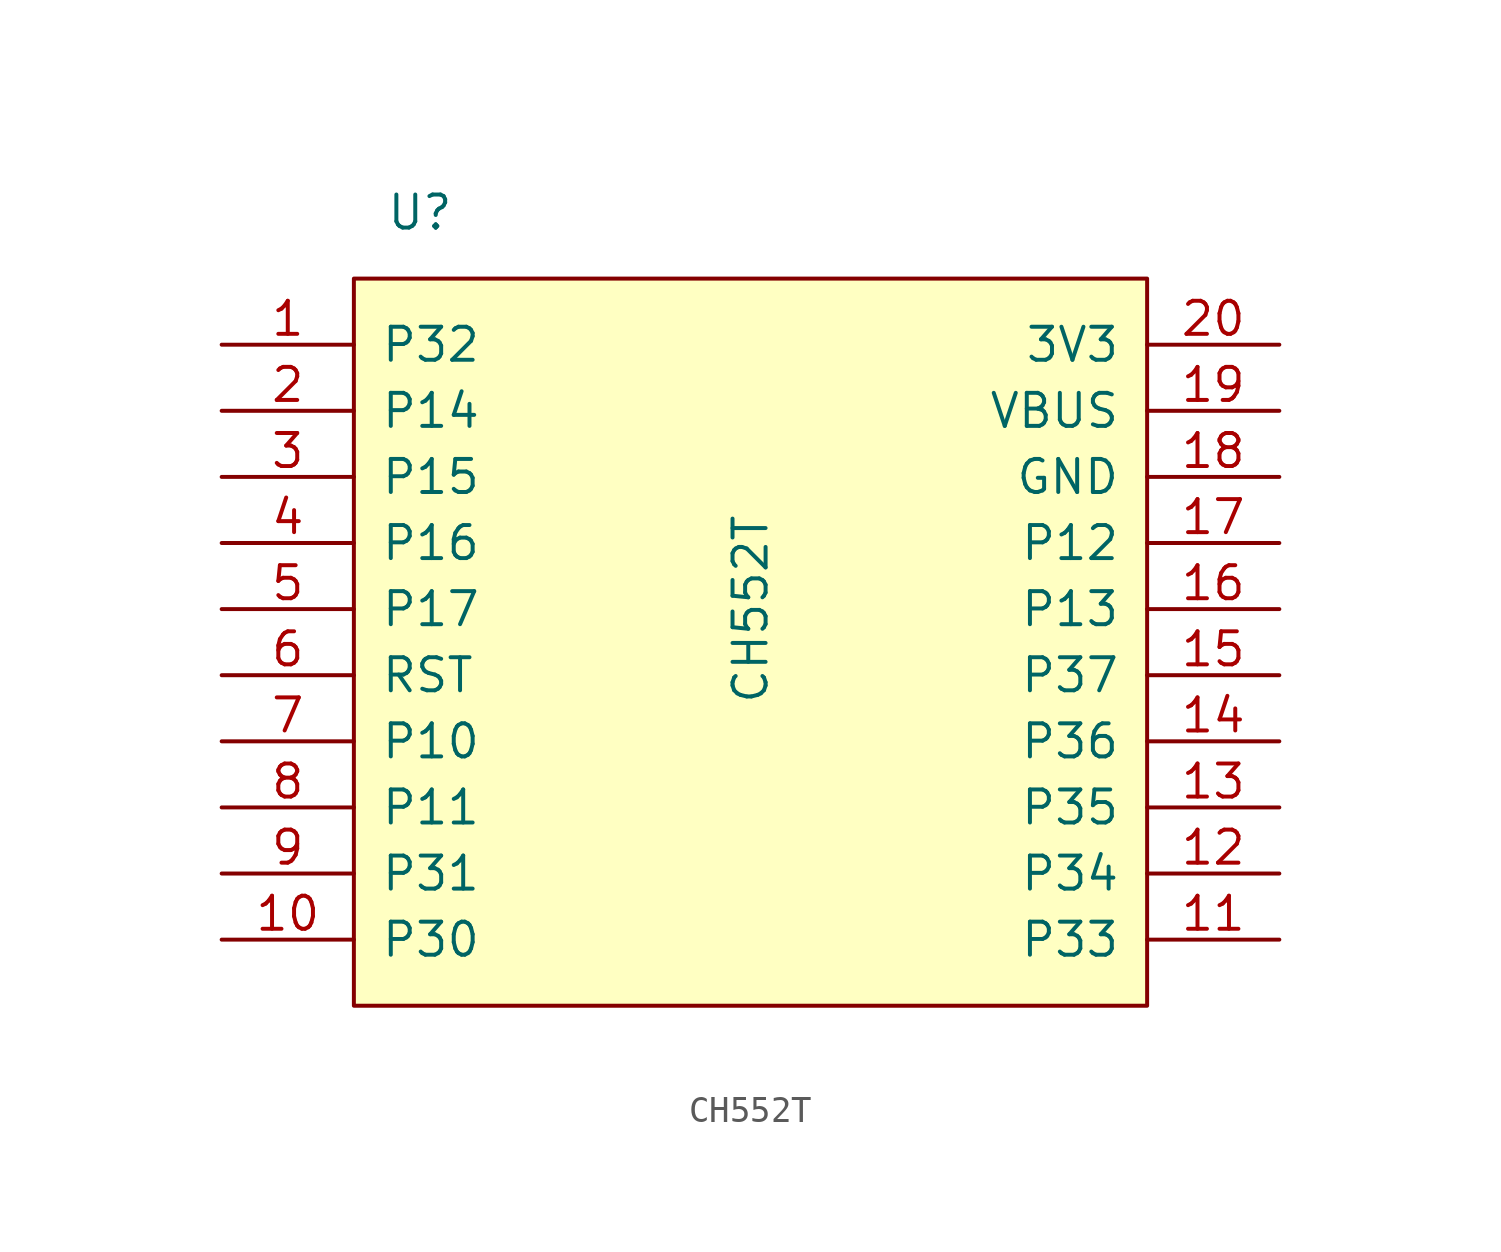
<source format=kicad_sym>
(kicad_symbol_lib
  (version 20241209)
  (generator "kicad_symbol_editor")
  (generator_version "9.0")
  (symbol "CH552T"
    (pin_names
      (offset 1.016))
    (property "Reference" "U"
      (at -12.7 27.94 0)
      (effects (font (size 1.27 1.27))))
    (property "Value" "CH552T"
      (at 0 12.7 90)
      (effects (font (size 1.27 1.27))))
    (symbol "CH552T_0_1"
      (rectangle (start -15.24 25.4) (end 15.24 -2.54) (stroke (width 0) (type solid)) (fill (type background))))
    (symbol "CH552T_1_1"
      (pin bidirectional line (at -20.32 22.86 0) (length 5.08) (name "P32" (effects (font (size 1.27 1.27)))) (number "1" (effects (font (size 1.27 1.27)))))
      (pin bidirectional line (at -20.32 20.32 0) (length 5.08) (name "P14" (effects (font (size 1.27 1.27)))) (number "2" (effects (font (size 1.27 1.27)))))
      (pin bidirectional line (at -20.32 17.78 0) (length 5.08) (name "P15" (effects (font (size 1.27 1.27)))) (number "3" (effects (font (size 1.27 1.27)))))
      (pin bidirectional line (at -20.32 15.24 0) (length 5.08) (name "P16" (effects (font (size 1.27 1.27)))) (number "4" (effects (font (size 1.27 1.27)))))
      (pin bidirectional line (at -20.32 12.7 0) (length 5.08) (name "P17" (effects (font (size 1.27 1.27)))) (number "5" (effects (font (size 1.27 1.27)))))
      (pin bidirectional line (at -20.32 10.16 0) (length 5.08) (name "RST" (effects (font (size 1.27 1.27)))) (number "6" (effects (font (size 1.27 1.27)))))
      (pin bidirectional line (at -20.32 7.62 0) (length 5.08) (name "P10" (effects (font (size 1.27 1.27)))) (number "7" (effects (font (size 1.27 1.27)))))
      (pin bidirectional line (at -20.32 5.08 0) (length 5.08) (name "P11" (effects (font (size 1.27 1.27)))) (number "8" (effects (font (size 1.27 1.27)))))
      (pin bidirectional line (at -20.32 2.54 0) (length 5.08) (name "P31" (effects (font (size 1.27 1.27)))) (number "9" (effects (font (size 1.27 1.27)))))
      (pin bidirectional line (at -20.32 0 0) (length 5.08) (name "P30" (effects (font (size 1.27 1.27)))) (number "10" (effects (font (size 1.27 1.27)))))
      (pin power_out line (at 20.32 22.86 180) (length 5.08) (name "3V3" (effects (font (size 1.27 1.27)))) (number "20" (effects (font (size 1.27 1.27)))))
      (pin power_out line (at 20.32 20.32 180) (length 5.08) (name "VBUS" (effects (font (size 1.27 1.27)))) (number "19" (effects (font (size 1.27 1.27)))))
      (pin power_out line (at 20.32 17.78 180) (length 5.08) (name "GND" (effects (font (size 1.27 1.27)))) (number "18" (effects (font (size 1.27 1.27)))))
      (pin bidirectional line (at 20.32 15.24 180) (length 5.08) (name "P12" (effects (font (size 1.27 1.27)))) (number "17" (effects (font (size 1.27 1.27)))))
      (pin bidirectional line (at 20.32 12.7 180) (length 5.08) (name "P13" (effects (font (size 1.27 1.27)))) (number "16" (effects (font (size 1.27 1.27)))))
      (pin bidirectional line (at 20.32 10.16 180) (length 5.08) (name "P37" (effects (font (size 1.27 1.27)))) (number "15" (effects (font (size 1.27 1.27)))))
      (pin bidirectional line (at 20.32 7.62 180) (length 5.08) (name "P36" (effects (font (size 1.27 1.27)))) (number "14" (effects (font (size 1.27 1.27)))))
      (pin bidirectional line (at 20.32 5.08 180) (length 5.08) (name "P35" (effects (font (size 1.27 1.27)))) (number "13" (effects (font (size 1.27 1.27)))))
      (pin bidirectional line (at 20.32 2.54 180) (length 5.08) (name "P34" (effects (font (size 1.27 1.27)))) (number "12" (effects (font (size 1.27 1.27)))))
      (pin bidirectional line (at 20.32 0 180) (length 5.08) (name "P33" (effects (font (size 1.27 1.27)))) (number "11" (effects (font (size 1.27 1.27))))))))
</source>
